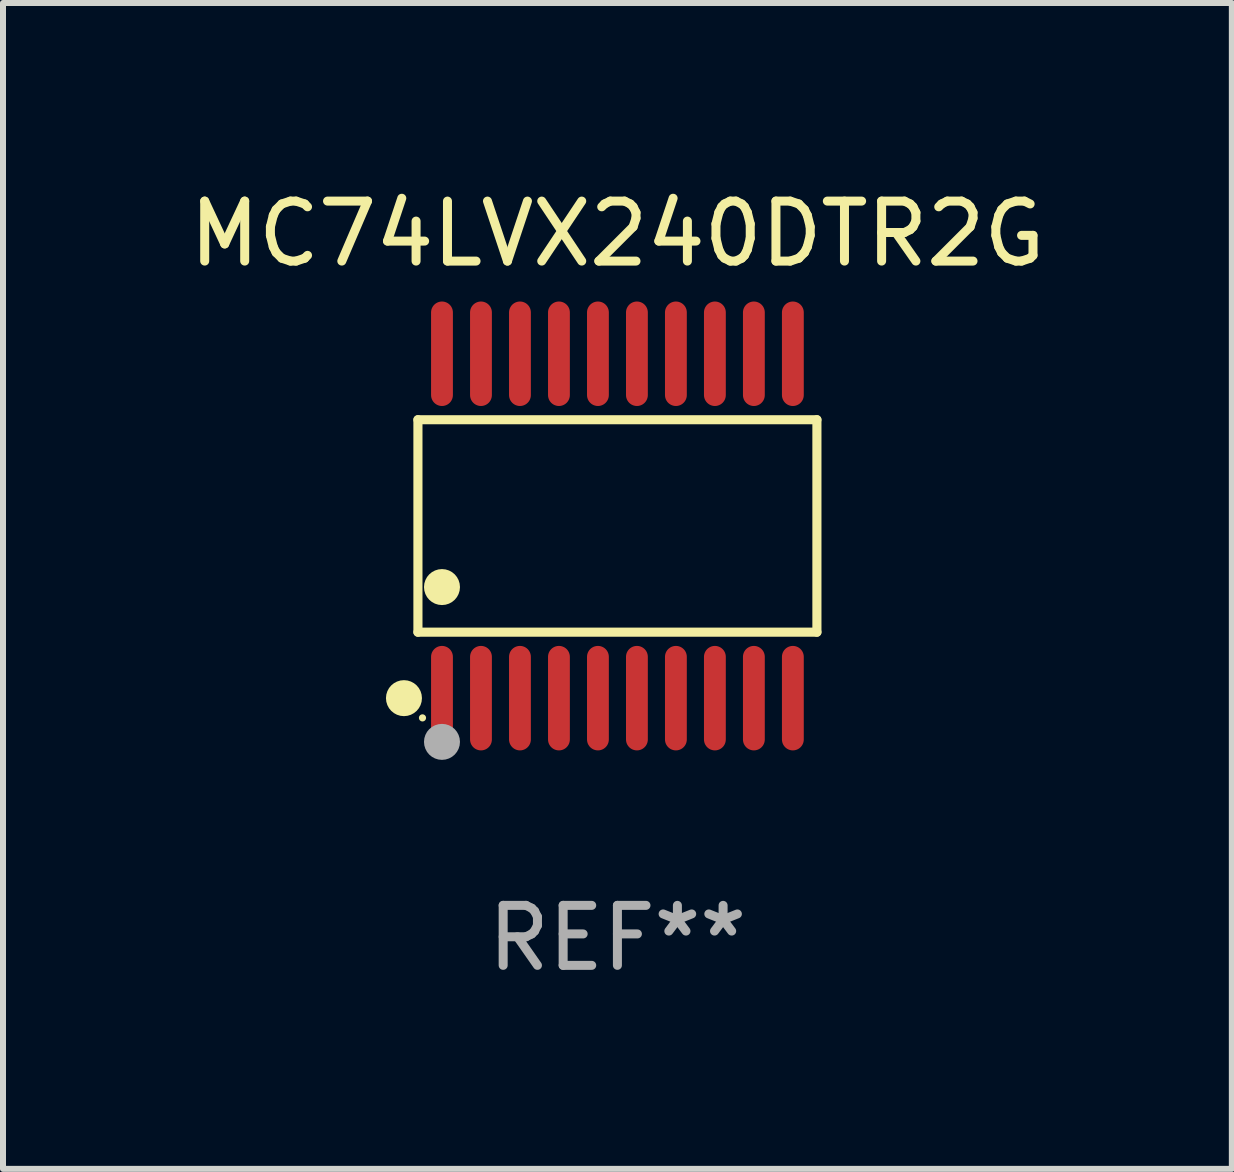
<source format=kicad_pcb>
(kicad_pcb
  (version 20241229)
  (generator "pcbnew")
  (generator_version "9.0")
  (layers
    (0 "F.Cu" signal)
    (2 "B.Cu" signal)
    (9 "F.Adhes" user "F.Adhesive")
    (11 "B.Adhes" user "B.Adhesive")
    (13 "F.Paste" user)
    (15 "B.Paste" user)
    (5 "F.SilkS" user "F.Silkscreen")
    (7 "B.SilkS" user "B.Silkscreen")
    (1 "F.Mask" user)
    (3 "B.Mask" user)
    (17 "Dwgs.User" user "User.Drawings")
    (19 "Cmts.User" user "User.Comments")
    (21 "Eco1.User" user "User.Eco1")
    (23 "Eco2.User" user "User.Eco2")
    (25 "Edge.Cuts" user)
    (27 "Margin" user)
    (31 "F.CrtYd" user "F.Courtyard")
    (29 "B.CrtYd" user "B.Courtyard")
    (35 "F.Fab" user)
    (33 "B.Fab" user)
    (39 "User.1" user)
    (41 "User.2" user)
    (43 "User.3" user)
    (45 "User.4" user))
  (footprint "MC74LVX240DTR2G"
    (layer "F.Cu")
    (at 7.244 5.719)
    (property "Reference" "MC74LVX240DTR2G" (at 0 -4.871 0) (layer "F.SilkS") (effects (font (size 1 1) (thickness 0.15))))
    (attr through_hole)
    (fp_line (start -3.326 -1.771) (end 3.326 -1.771) (stroke (width 0.152) (type solid)) (layer "F.SilkS"))
    (fp_line (start -3.326 1.771) (end -3.326 -1.771) (stroke (width 0.152) (type solid)) (layer "F.SilkS"))
    (fp_line (start 3.326 -1.771) (end 3.326 1.771) (stroke (width 0.152) (type solid)) (layer "F.SilkS"))
    (fp_line (start 3.326 1.771) (end -3.326 1.771) (stroke (width 0.152) (type solid)) (layer "F.SilkS"))
    (fp_circle (center -3.559 2.871) (end -3.409 2.871) (stroke (width 0.3) (type solid)) (fill no) (layer "F.SilkS"))
    (fp_circle (center -3.25 3.2) (end -3.22 3.2) (stroke (width 0.06) (type solid)) (fill no) (layer "F.SilkS"))
    (fp_circle (center -2.925 1.019) (end -2.775 1.019) (stroke (width 0.3) (type solid)) (fill no) (layer "F.SilkS"))
    (fp_circle (center -2.925 3.6) (end -2.775 3.6) (stroke (width 0.3) (type solid)) (fill no) (layer "F.Fab"))
    (fp_text user "REF**" (at 0 6.871 0) (layer "F.Fab") (effects (font (size 1 1) (thickness 0.15))))
    (pad "1" smd oval (at -2.925 2.871) (size 0.364 1.742) (layers "F.Cu" "F.Mask" "F.Paste"))
    (pad "2" smd oval (at -2.275 2.871) (size 0.364 1.742) (layers "F.Cu" "F.Mask" "F.Paste"))
    (pad "3" smd oval (at -1.625 2.871) (size 0.364 1.742) (layers "F.Cu" "F.Mask" "F.Paste"))
    (pad "4" smd oval (at -0.975 2.871) (size 0.364 1.742) (layers "F.Cu" "F.Mask" "F.Paste"))
    (pad "5" smd oval (at -0.325 2.871) (size 0.364 1.742) (layers "F.Cu" "F.Mask" "F.Paste"))
    (pad "6" smd oval (at 0.325 2.871) (size 0.364 1.742) (layers "F.Cu" "F.Mask" "F.Paste"))
    (pad "7" smd oval (at 0.975 2.871) (size 0.364 1.742) (layers "F.Cu" "F.Mask" "F.Paste"))
    (pad "8" smd oval (at 1.625 2.871) (size 0.364 1.742) (layers "F.Cu" "F.Mask" "F.Paste"))
    (pad "9" smd oval (at 2.275 2.871) (size 0.364 1.742) (layers "F.Cu" "F.Mask" "F.Paste"))
    (pad "10" smd oval (at 2.925 2.871) (size 0.364 1.742) (layers "F.Cu" "F.Mask" "F.Paste"))
    (pad "11" smd oval (at 2.925 -2.871) (size 0.364 1.742) (layers "F.Cu" "F.Mask" "F.Paste"))
    (pad "12" smd oval (at 2.275 -2.871) (size 0.364 1.742) (layers "F.Cu" "F.Mask" "F.Paste"))
    (pad "13" smd oval (at 1.625 -2.871) (size 0.364 1.742) (layers "F.Cu" "F.Mask" "F.Paste"))
    (pad "14" smd oval (at 0.975 -2.871) (size 0.364 1.742) (layers "F.Cu" "F.Mask" "F.Paste"))
    (pad "15" smd oval (at 0.325 -2.871) (size 0.364 1.742) (layers "F.Cu" "F.Mask" "F.Paste"))
    (pad "16" smd oval (at -0.325 -2.871) (size 0.364 1.742) (layers "F.Cu" "F.Mask" "F.Paste"))
    (pad "17" smd oval (at -0.975 -2.871) (size 0.364 1.742) (layers "F.Cu" "F.Mask" "F.Paste"))
    (pad "18" smd oval (at -1.625 -2.871) (size 0.364 1.742) (layers "F.Cu" "F.Mask" "F.Paste"))
    (pad "19" smd oval (at -2.275 -2.871) (size 0.364 1.742) (layers "F.Cu" "F.Mask" "F.Paste"))
    (pad "20" smd oval (at -2.925 -2.871) (size 0.364 1.742) (layers "F.Cu" "F.Mask" "F.Paste")))
  (gr_rect
    (start -3 -3)
    (end 17.488 16.438)
    (stroke (width 0.1) (type default))
    (fill no)
    (layer "Edge.Cuts")))
</source>
